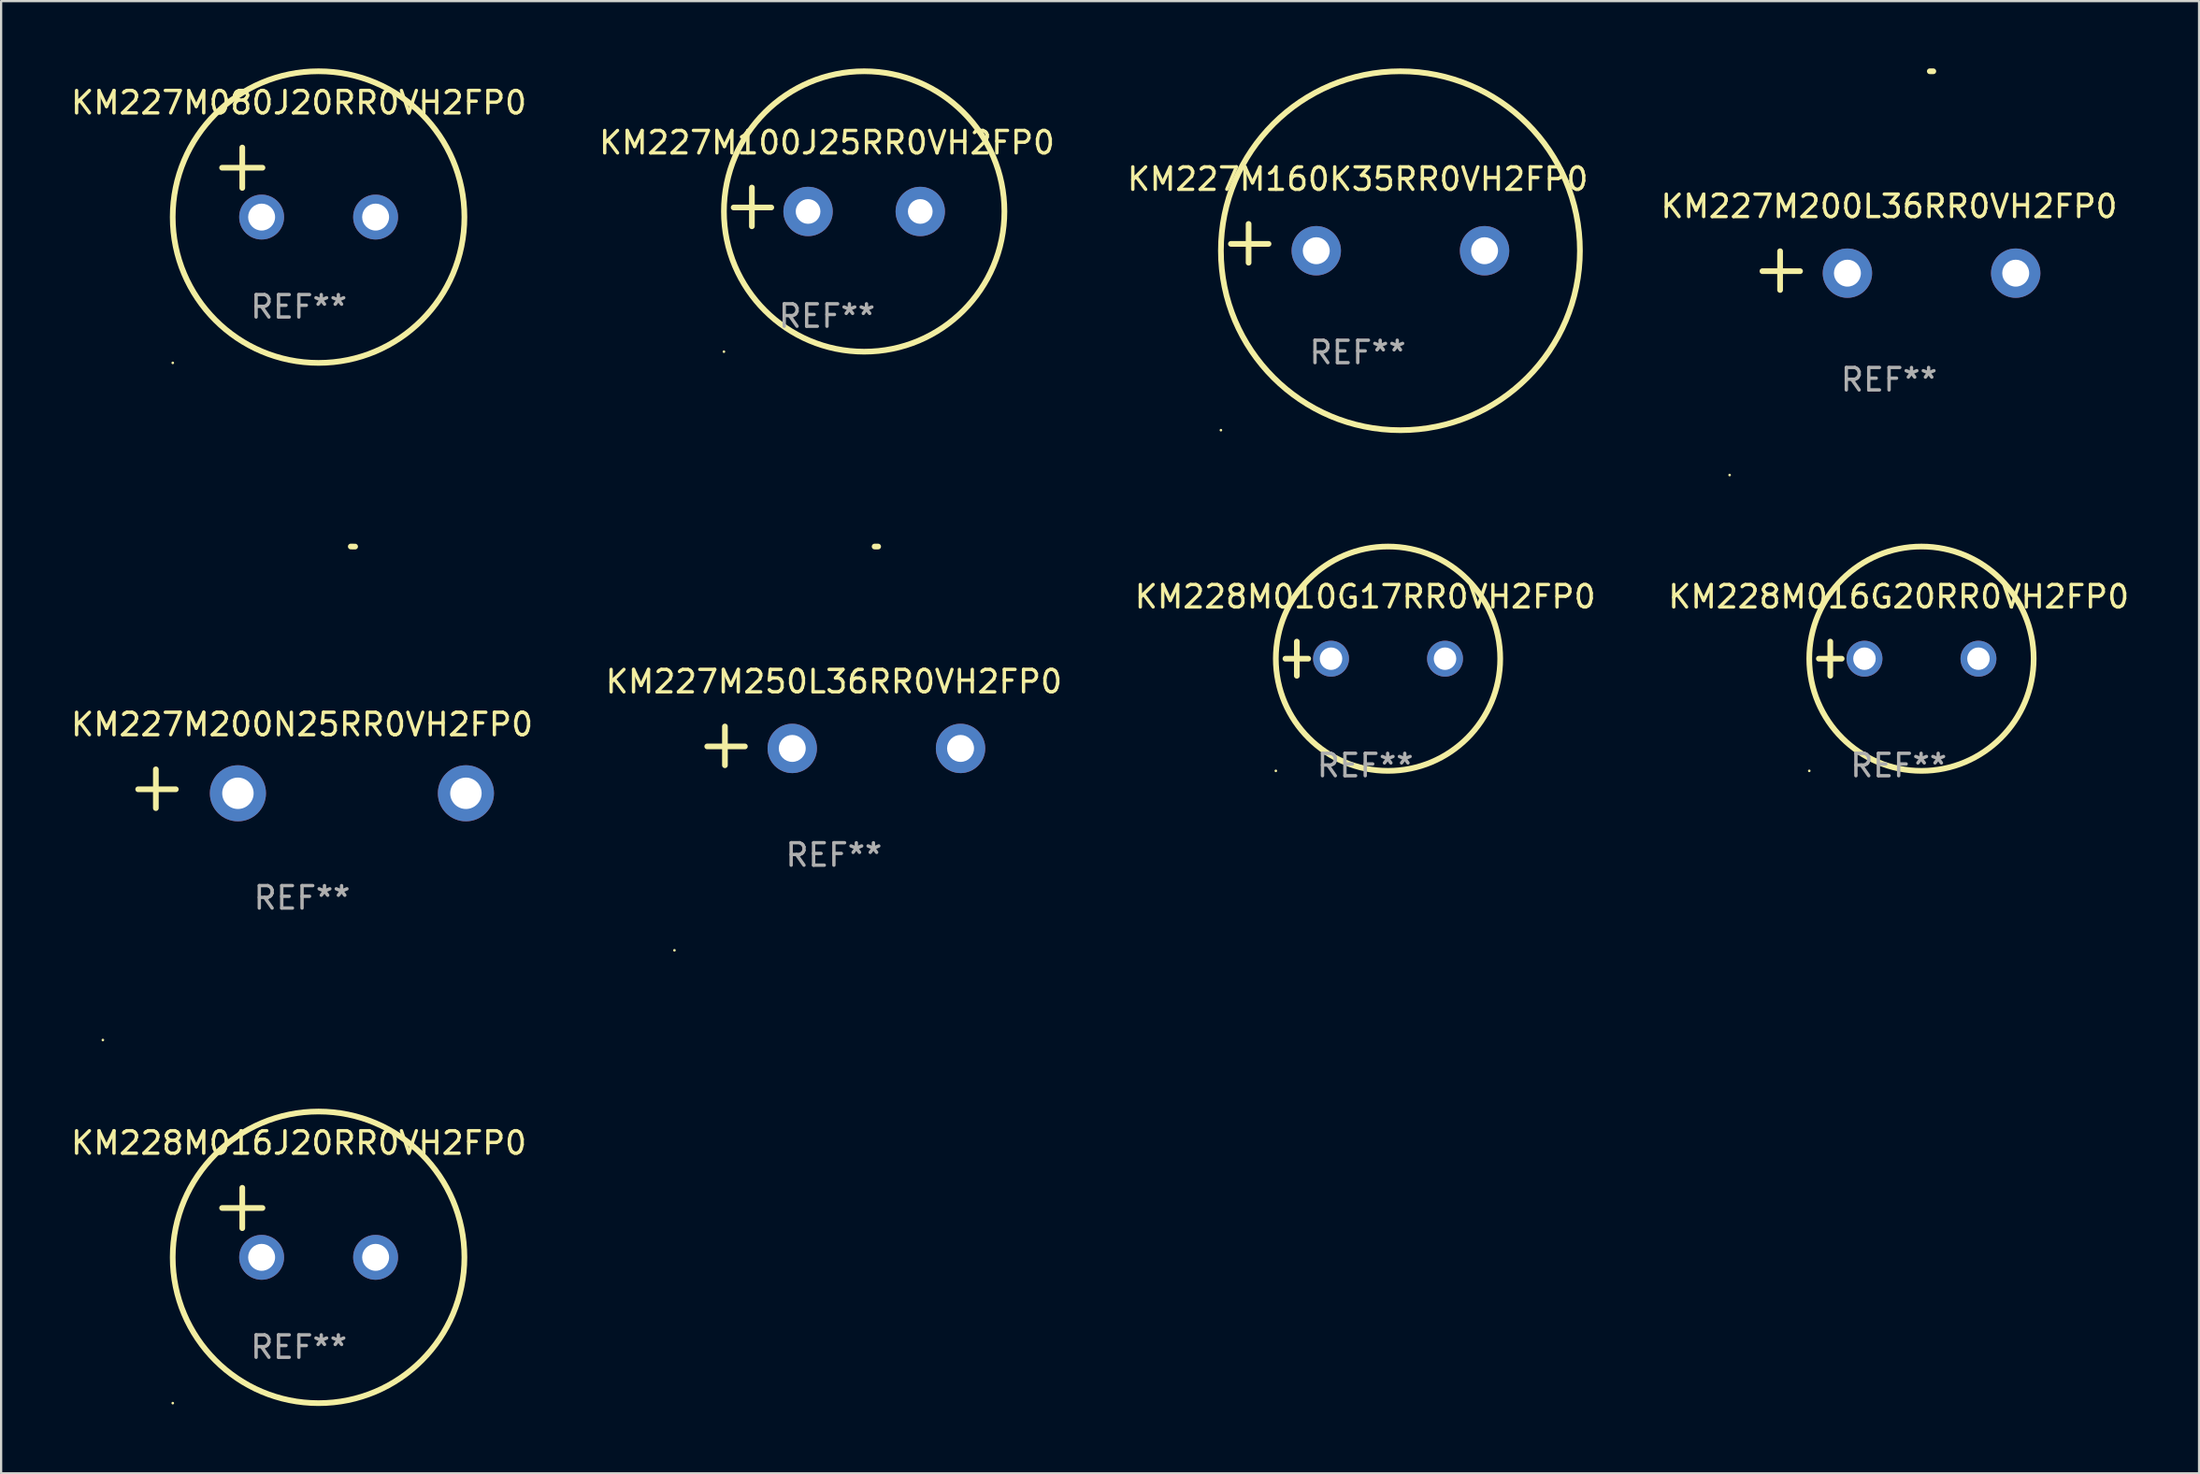
<source format=kicad_pcb>
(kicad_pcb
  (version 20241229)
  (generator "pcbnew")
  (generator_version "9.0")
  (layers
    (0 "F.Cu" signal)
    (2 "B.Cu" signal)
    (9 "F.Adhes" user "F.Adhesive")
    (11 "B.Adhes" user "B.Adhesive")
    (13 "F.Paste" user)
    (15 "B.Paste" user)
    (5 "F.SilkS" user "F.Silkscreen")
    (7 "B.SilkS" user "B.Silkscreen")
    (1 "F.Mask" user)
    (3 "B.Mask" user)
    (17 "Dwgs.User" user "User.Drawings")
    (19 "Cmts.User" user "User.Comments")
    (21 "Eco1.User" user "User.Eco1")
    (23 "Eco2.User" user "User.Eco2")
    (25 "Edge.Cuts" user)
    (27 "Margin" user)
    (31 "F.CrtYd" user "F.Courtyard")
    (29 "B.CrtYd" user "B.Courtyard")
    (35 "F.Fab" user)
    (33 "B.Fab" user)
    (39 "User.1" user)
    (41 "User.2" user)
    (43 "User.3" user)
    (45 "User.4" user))
  (footprint "KM228M010G17RR0VH2FP0"
    (layer "F.Cu")
    (at 57.792 26.314)
    (property "Reference" "KM228M010G17RR0VH2FP0" (at 0 -2.762 0) (layer "F.SilkS") (effects (font (size 1 1) (thickness 0.15))))
    (attr through_hole)
    (fp_line (start -3.556 0) (end -2.54 0) (stroke (width 0.254) (type solid)) (layer "F.SilkS"))
    (fp_line (start -3.048 -0.762) (end -3.048 0.762) (stroke (width 0.254) (type solid)) (layer "F.SilkS"))
    (fp_circle (center -3.984 5) (end -3.954 5) (stroke (width 0.06) (type solid)) (fill no) (layer "F.SilkS"))
    (fp_circle (center 1.016 0) (end 6.016 0) (stroke (width 0.254) (type solid)) (fill no) (layer "F.SilkS"))
    (fp_text user "REF**" (at 0 4.762 0) (layer "F.Fab") (effects (font (size 1 1) (thickness 0.15))))
    (pad "1" thru_hole circle (at -1.524 0) (size 1.6 1.6) (drill 1) (layers "*.Cu" "*.Mask"))
    (pad "2" thru_hole circle (at 3.556 0) (size 1.6 1.6) (drill 1) (layers "*.Cu" "*.Mask")))
  (footprint "KM228M016G20RR0VH2FP0"
    (layer "F.Cu")
    (at 81.565 26.314)
    (property "Reference" "KM228M016G20RR0VH2FP0" (at 0 -2.762 0) (layer "F.SilkS") (effects (font (size 1 1) (thickness 0.15))))
    (attr through_hole)
    (fp_line (start -3.556 0) (end -2.54 0) (stroke (width 0.254) (type solid)) (layer "F.SilkS"))
    (fp_line (start -3.048 -0.762) (end -3.048 0.762) (stroke (width 0.254) (type solid)) (layer "F.SilkS"))
    (fp_circle (center -3.984 5) (end -3.954 5) (stroke (width 0.06) (type solid)) (fill no) (layer "F.SilkS"))
    (fp_circle (center 1.016 0) (end 6.016 0) (stroke (width 0.254) (type solid)) (fill no) (layer "F.SilkS"))
    (fp_text user "REF**" (at 0 4.762 0) (layer "F.Fab") (effects (font (size 1 1) (thickness 0.15))))
    (pad "1" thru_hole circle (at -1.524 0) (size 1.6 1.6) (drill 1) (layers "*.Cu" "*.Mask"))
    (pad "2" thru_hole circle (at 3.556 0) (size 1.6 1.6) (drill 1) (layers "*.Cu" "*.Mask")))
  (footprint "KM227M160K35RR0VH2FP0"
    (layer "F.Cu")
    (at 57.458 7.797)
    (property "Reference" "KM227M160K35RR0VH2FP0" (at 0 -2.864 0) (layer "F.SilkS") (effects (font (size 1 1) (thickness 0.15))))
    (attr through_hole)
    (fp_line (start -4.864 0.864) (end -4.864 -0.864) (stroke (width 0.254) (type solid)) (layer "F.SilkS"))
    (fp_line (start -3.975 0.025) (end -5.652 0.025) (stroke (width 0.254) (type solid)) (layer "F.SilkS"))
    (fp_circle (center -6.098 8.33) (end -6.068 8.33) (stroke (width 0.06) (type solid)) (fill no) (layer "F.SilkS"))
    (fp_circle (center 1.902 0.33) (end 9.902 0.33) (stroke (width 0.254) (type solid)) (fill no) (layer "F.SilkS"))
    (fp_text user "REF**" (at 0 4.864 0) (layer "F.Fab") (effects (font (size 1 1) (thickness 0.15))))
    (pad "1" thru_hole circle (at -1.848 0.33) (size 2.2 2.2) (drill 1.2) (layers "*.Cu" "*.Mask"))
    (pad "2" thru_hole circle (at 5.652 0.33) (size 2.2 2.2) (drill 1.2) (layers "*.Cu" "*.Mask")))
  (footprint "KM228M016J20RR0VH2FP0"
    (layer "F.Cu")
    (at 10.268 51.451)
    (property "Reference" "KM228M016J20RR0VH2FP0" (at 0 -3.55 0) (layer "F.SilkS") (effects (font (size 1 1) (thickness 0.15))))
    (attr through_hole)
    (fp_line (start -3.421 -0.65) (end -1.621 -0.65) (stroke (width 0.254) (type solid)) (layer "F.SilkS"))
    (fp_line (start -2.521 -1.55) (end -2.521 0.25) (stroke (width 0.254) (type solid)) (layer "F.SilkS"))
    (fp_circle (center -5.619 8.05) (end -5.589 8.05) (stroke (width 0.06) (type solid)) (fill no) (layer "F.SilkS"))
    (fp_circle (center 0.879 1.55) (end 7.379 1.55) (stroke (width 0.254) (type solid)) (fill no) (layer "F.SilkS"))
    (fp_text user "REF**" (at 0 5.55 0) (layer "F.Fab") (effects (font (size 1 1) (thickness 0.15))))
    (pad "1" thru_hole circle (at -1.659 1.55) (size 2 2) (drill 1.2) (layers "*.Cu" "*.Mask"))
    (pad "2" thru_hole circle (at 3.421 1.55) (size 2 2) (drill 1.2) (layers "*.Cu" "*.Mask")))
  (footprint "KM227M200L36RR0VH2FP0"
    (layer "F.Cu")
    (at 81.137 9.013)
    (property "Reference" "KM227M200L36RR0VH2FP0" (at 0 -2.864 0) (layer "F.SilkS") (effects (font (size 1 1) (thickness 0.15))))
    (attr through_hole)
    (fp_line (start -4.856 0.864) (end -4.856 -0.864) (stroke (width 0.254) (type solid)) (layer "F.SilkS"))
    (fp_line (start -3.967 0.025) (end -5.644 0.025) (stroke (width 0.254) (type solid)) (layer "F.SilkS"))
    (fp_arc (start 1.815024 -8.885649) (mid 1.893764 -8.88599) (end 1.972504 -8.885649) (stroke (width 0.254001) (type solid)) (layer "F.SilkS"))
    (fp_circle (center -7.106 9.114) (end -7.076 9.114) (stroke (width 0.06) (type solid)) (fill no) (layer "F.SilkS"))
    (fp_text user "REF**" (at 0 4.864 0) (layer "F.Fab") (effects (font (size 1 1) (thickness 0.15))))
    (pad "1" thru_hole circle (at -1.856 0.114) (size 2.2 2.2) (drill 1.2) (layers "*.Cu" "*.Mask"))
    (pad "2" thru_hole circle (at 5.644 0.114) (size 2.2 2.2) (drill 1.2) (layers "*.Cu" "*.Mask")))
  (footprint "KM227M250L36RR0VH2FP0"
    (layer "F.Cu")
    (at 34.113 30.2)
    (property "Reference" "KM227M250L36RR0VH2FP0" (at 0 -2.864 0) (layer "F.SilkS") (effects (font (size 1 1) (thickness 0.15))))
    (attr through_hole)
    (fp_line (start -4.856 0.864) (end -4.856 -0.864) (stroke (width 0.254) (type solid)) (layer "F.SilkS"))
    (fp_line (start -3.967 0.025) (end -5.644 0.025) (stroke (width 0.254) (type solid)) (layer "F.SilkS"))
    (fp_arc (start 1.815024 -8.885649) (mid 1.893764 -8.88599) (end 1.972504 -8.885649) (stroke (width 0.254001) (type solid)) (layer "F.SilkS"))
    (fp_circle (center -7.106 9.114) (end -7.076 9.114) (stroke (width 0.06) (type solid)) (fill no) (layer "F.SilkS"))
    (fp_text user "REF**" (at 0 4.864 0) (layer "F.Fab") (effects (font (size 1 1) (thickness 0.15))))
    (pad "1" thru_hole circle (at -1.856 0.114) (size 2.2 2.2) (drill 1.2) (layers "*.Cu" "*.Mask"))
    (pad "2" thru_hole circle (at 5.644 0.114) (size 2.2 2.2) (drill 1.2) (layers "*.Cu" "*.Mask")))
  (footprint "KM227M100J25RR0VH2FP0"
    (layer "F.Cu")
    (at 33.804 6.174)
    (property "Reference" "KM227M100J25RR0VH2FP0" (at 0 -2.864 0) (layer "F.SilkS") (effects (font (size 1 1) (thickness 0.15))))
    (attr through_hole)
    (fp_line (start -3.346 0.864) (end -3.346 -0.864) (stroke (width 0.254) (type solid)) (layer "F.SilkS"))
    (fp_line (start -2.482 0.025) (end -4.158 0.025) (stroke (width 0.254) (type solid)) (layer "F.SilkS"))
    (fp_circle (center -4.592 6.453) (end -4.562 6.453) (stroke (width 0.06) (type solid)) (fill no) (layer "F.SilkS"))
    (fp_circle (center 1.658 0.203) (end 7.908 0.203) (stroke (width 0.254) (type solid)) (fill no) (layer "F.SilkS"))
    (fp_text user "REF**" (at 0 4.864 0) (layer "F.Fab") (effects (font (size 1 1) (thickness 0.15))))
    (pad "1" thru_hole circle (at -0.842 0.203) (size 2.2 2.2) (drill 1.1) (layers "*.Cu" "*.Mask"))
    (pad "2" thru_hole circle (at 4.158 0.203) (size 2.2 2.2) (drill 1.1) (layers "*.Cu" "*.Mask")))
  (footprint "KM227M200N25RR0VH2FP0"
    (layer "F.Cu")
    (at 10.411 32.111)
    (property "Reference" "KM227M200N25RR0VH2FP0" (at 0 -2.864 0) (layer "F.SilkS") (effects (font (size 1 1) (thickness 0.15))))
    (attr through_hole)
    (fp_line (start -6.515 0.864) (end -6.515 -0.864) (stroke (width 0.254) (type solid)) (layer "F.SilkS"))
    (fp_line (start -5.626 0.025) (end -7.303 0.025) (stroke (width 0.254) (type solid)) (layer "F.SilkS"))
    (fp_arc (start 2.171704 -10.797562) (mid 2.268229 -10.796706) (end 2.364744 -10.795022) (stroke (width 0.254001) (type solid)) (layer "F.SilkS"))
    (fp_circle (center -8.877 11.202) (end -8.847 11.202) (stroke (width 0.06) (type solid)) (fill no) (layer "F.SilkS"))
    (fp_text user "REF**" (at 0 4.864 0) (layer "F.Fab") (effects (font (size 1 1) (thickness 0.15))))
    (pad "1" thru_hole circle (at -2.858 0.203) (size 2.5 2.5) (drill 1.4) (layers "*.Cu" "*.Mask"))
    (pad "2" thru_hole circle (at 7.303 0.203) (size 2.5 2.5) (drill 1.4) (layers "*.Cu" "*.Mask")))
  (footprint "KM227M080J20RR0VH2FP0"
    (layer "F.Cu")
    (at 10.268 5.077)
    (property "Reference" "KM227M080J20RR0VH2FP0" (at 0 -3.55 0) (layer "F.SilkS") (effects (font (size 1 1) (thickness 0.15))))
    (attr through_hole)
    (fp_line (start -3.421 -0.65) (end -1.621 -0.65) (stroke (width 0.254) (type solid)) (layer "F.SilkS"))
    (fp_line (start -2.521 -1.55) (end -2.521 0.25) (stroke (width 0.254) (type solid)) (layer "F.SilkS"))
    (fp_circle (center -5.619 8.05) (end -5.589 8.05) (stroke (width 0.06) (type solid)) (fill no) (layer "F.SilkS"))
    (fp_circle (center 0.879 1.55) (end 7.379 1.55) (stroke (width 0.254) (type solid)) (fill no) (layer "F.SilkS"))
    (fp_text user "REF**" (at 0 5.55 0) (layer "F.Fab") (effects (font (size 1 1) (thickness 0.15))))
    (pad "1" thru_hole circle (at -1.659 1.55) (size 2 2) (drill 1.2) (layers "*.Cu" "*.Mask"))
    (pad "2" thru_hole circle (at 3.421 1.55) (size 2 2) (drill 1.2) (layers "*.Cu" "*.Mask")))
  (gr_rect
    (start -3 -3)
    (end 94.952 62.628)
    (stroke (width 0.1) (type default))
    (fill no)
    (layer "Edge.Cuts")))
</source>
